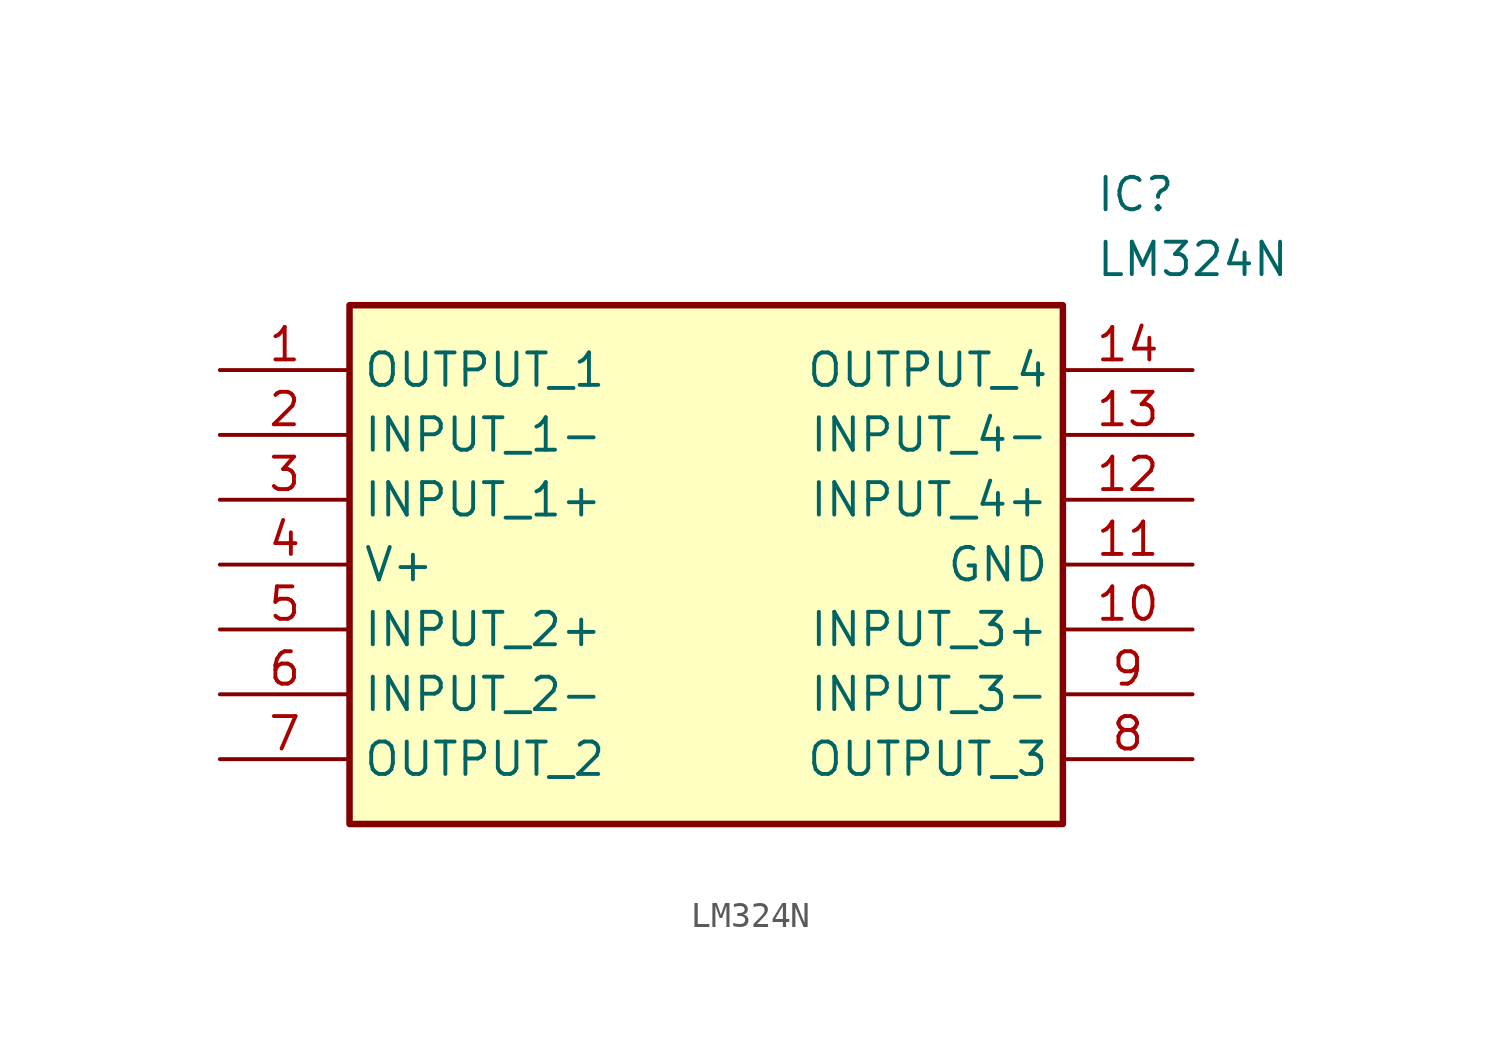
<source format=kicad_sym>
(kicad_symbol_lib
  (version 20211014)
  (generator SamacSys_ECAD_Model)
  (symbol "LM324N"
    (property "Reference" "IC"
      (at 34.29 7.62 0)
      (effects (font (size 1.27 1.27)) (justify left top)))
    (property "Value" "LM324N"
      (at 34.29 5.08 0)
      (effects (font (size 1.27 1.27)) (justify left top)))
    (rectangle
      (start 5.08 2.54)
      (end 33.02 -17.78)
      (stroke (width 0.254) (type default))
      (fill (type background)))
    (pin passive line
      (at 0 0 0)
      (length 5.08)
      (name "OUTPUT_1" (effects (font (size 1.27 1.27))))
      (number "1" (effects (font (size 1.27 1.27)))))
    (pin passive line
      (at 0 -2.54 0)
      (length 5.08)
      (name "INPUT_1-" (effects (font (size 1.27 1.27))))
      (number "2" (effects (font (size 1.27 1.27)))))
    (pin passive line
      (at 0 -5.08 0)
      (length 5.08)
      (name "INPUT_1+" (effects (font (size 1.27 1.27))))
      (number "3" (effects (font (size 1.27 1.27)))))
    (pin passive line
      (at 0 -7.62 0)
      (length 5.08)
      (name "V+" (effects (font (size 1.27 1.27))))
      (number "4" (effects (font (size 1.27 1.27)))))
    (pin passive line
      (at 0 -10.16 0)
      (length 5.08)
      (name "INPUT_2+" (effects (font (size 1.27 1.27))))
      (number "5" (effects (font (size 1.27 1.27)))))
    (pin passive line
      (at 0 -12.7 0)
      (length 5.08)
      (name "INPUT_2-" (effects (font (size 1.27 1.27))))
      (number "6" (effects (font (size 1.27 1.27)))))
    (pin passive line
      (at 0 -15.24 0)
      (length 5.08)
      (name "OUTPUT_2" (effects (font (size 1.27 1.27))))
      (number "7" (effects (font (size 1.27 1.27)))))
    (pin passive line
      (at 38.1 0 180)
      (length 5.08)
      (name "OUTPUT_4" (effects (font (size 1.27 1.27))))
      (number "14" (effects (font (size 1.27 1.27)))))
    (pin passive line
      (at 38.1 -2.54 180)
      (length 5.08)
      (name "INPUT_4-" (effects (font (size 1.27 1.27))))
      (number "13" (effects (font (size 1.27 1.27)))))
    (pin passive line
      (at 38.1 -5.08 180)
      (length 5.08)
      (name "INPUT_4+" (effects (font (size 1.27 1.27))))
      (number "12" (effects (font (size 1.27 1.27)))))
    (pin passive line
      (at 38.1 -7.62 180)
      (length 5.08)
      (name "GND" (effects (font (size 1.27 1.27))))
      (number "11" (effects (font (size 1.27 1.27)))))
    (pin passive line
      (at 38.1 -10.16 180)
      (length 5.08)
      (name "INPUT_3+" (effects (font (size 1.27 1.27))))
      (number "10" (effects (font (size 1.27 1.27)))))
    (pin passive line
      (at 38.1 -12.7 180)
      (length 5.08)
      (name "INPUT_3-" (effects (font (size 1.27 1.27))))
      (number "9" (effects (font (size 1.27 1.27)))))
    (pin passive line
      (at 38.1 -15.24 180)
      (length 5.08)
      (name "OUTPUT_3" (effects (font (size 1.27 1.27))))
      (number "8" (effects (font (size 1.27 1.27)))))))
</source>
